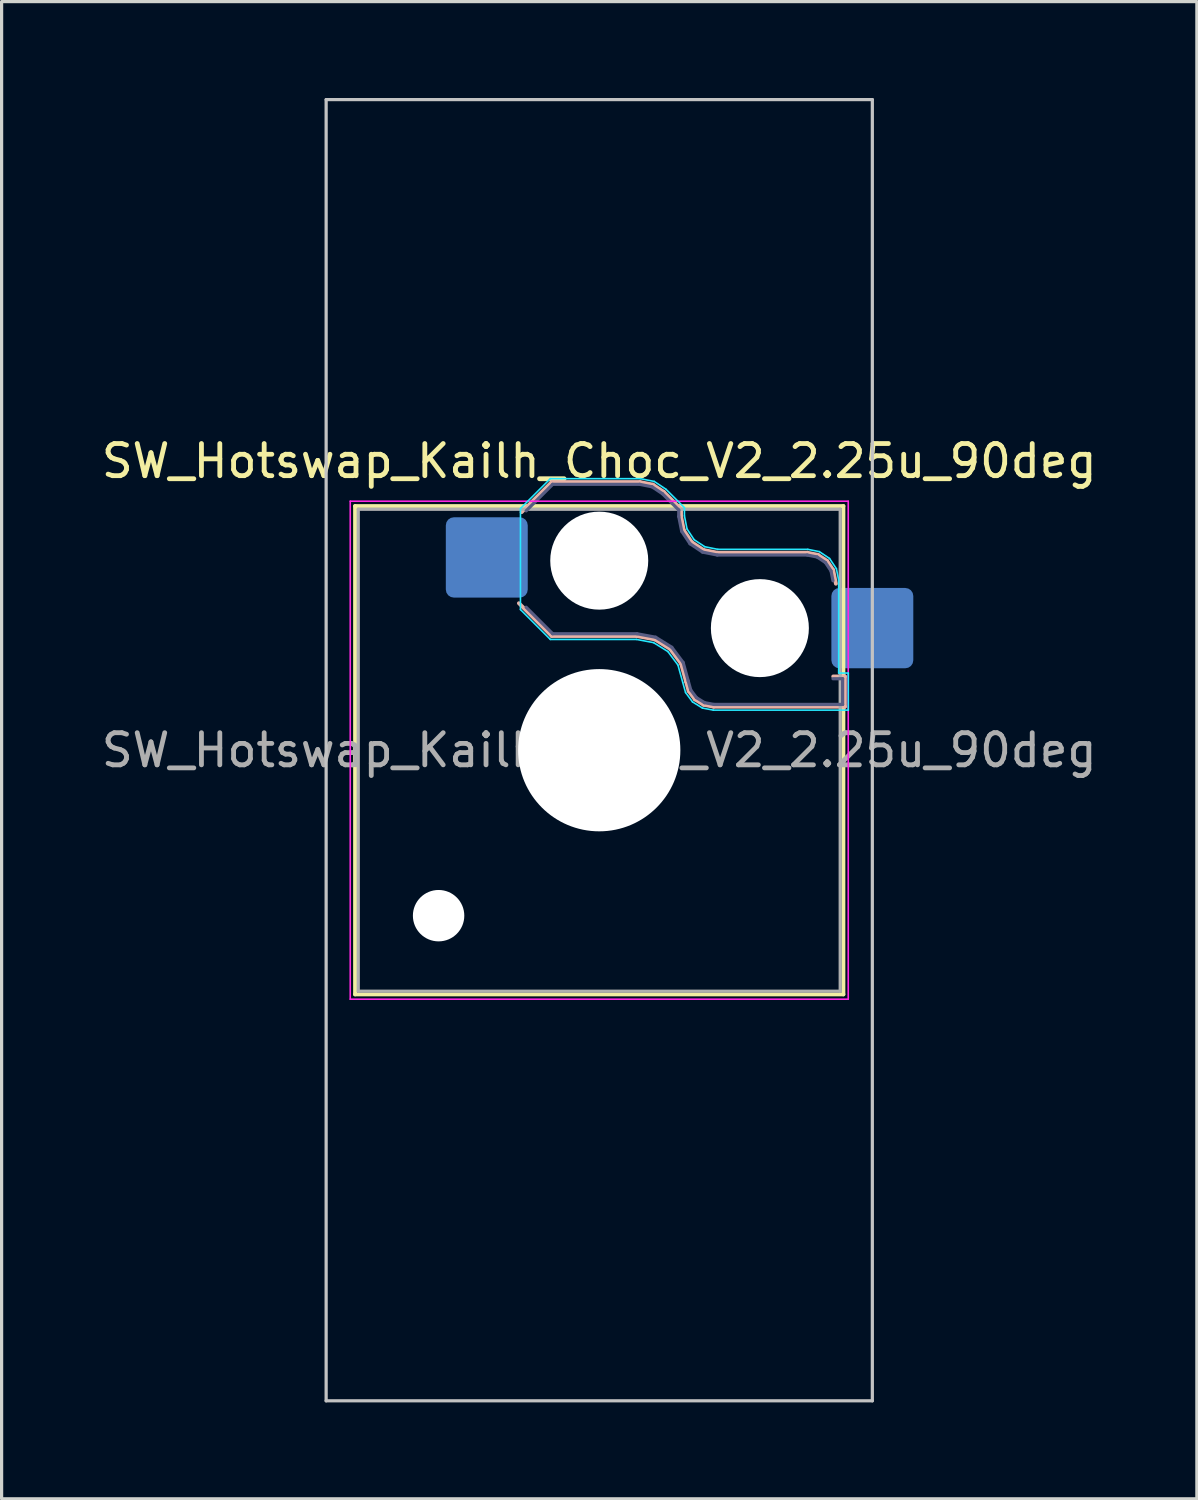
<source format=kicad_pcb>
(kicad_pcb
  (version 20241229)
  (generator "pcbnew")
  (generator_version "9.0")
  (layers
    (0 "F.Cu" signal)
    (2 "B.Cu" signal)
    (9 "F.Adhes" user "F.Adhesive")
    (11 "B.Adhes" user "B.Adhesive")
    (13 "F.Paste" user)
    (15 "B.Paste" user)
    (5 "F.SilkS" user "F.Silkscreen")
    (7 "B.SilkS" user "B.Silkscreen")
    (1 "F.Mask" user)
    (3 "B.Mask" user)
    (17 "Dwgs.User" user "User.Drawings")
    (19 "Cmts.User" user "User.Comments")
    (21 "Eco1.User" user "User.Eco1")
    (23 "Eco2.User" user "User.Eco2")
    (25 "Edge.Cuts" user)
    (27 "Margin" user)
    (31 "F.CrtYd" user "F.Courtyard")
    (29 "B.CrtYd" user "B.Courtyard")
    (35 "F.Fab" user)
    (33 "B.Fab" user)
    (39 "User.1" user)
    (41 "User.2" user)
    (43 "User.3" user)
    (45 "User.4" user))
  (footprint "SW_Hotswap_Kailh_Choc_V2_2.25u_90deg"
    (layer "F.Cu")
    (at 15.601 20.3)
    (property "Reference" "SW_Hotswap_Kailh_Choc_V2_2.25u_90deg" (at 0 -9 0) (layer "F.SilkS") (effects (font (size 1 1) (thickness 0.15))))
    (attr smd)
    (fp_line (start -7.6 -7.6) (end -7.6 7.6) (stroke (width 0.12) (type solid)) (layer "F.SilkS"))
    (fp_line (start -7.6 7.6) (end 7.6 7.6) (stroke (width 0.12) (type solid)) (layer "F.SilkS"))
    (fp_line (start 7.6 -7.6) (end -7.6 -7.6) (stroke (width 0.12) (type solid)) (layer "F.SilkS"))
    (fp_line (start 7.6 7.6) (end 7.6 -7.6) (stroke (width 0.12) (type solid)) (layer "F.SilkS"))
    (fp_line (start -2.416 -7.409) (end -1.479 -8.346) (stroke (width 0.12) (type solid)) (layer "B.SilkS"))
    (fp_line (start -1.479 -8.346) (end 1.268 -8.346) (stroke (width 0.12) (type solid)) (layer "B.SilkS"))
    (fp_line (start -1.479 -3.554) (end -2.5 -4.575) (stroke (width 0.12) (type solid)) (layer "B.SilkS"))
    (fp_line (start 1.168 -3.554) (end -1.479 -3.554) (stroke (width 0.12) (type solid)) (layer "B.SilkS"))
    (fp_line (start 1.268 -8.346) (end 1.671 -8.266) (stroke (width 0.12) (type solid)) (layer "B.SilkS"))
    (fp_line (start 1.671 -8.266) (end 2.013 -8.037) (stroke (width 0.12) (type solid)) (layer "B.SilkS"))
    (fp_line (start 1.73 -3.449) (end 1.168 -3.554) (stroke (width 0.12) (type solid)) (layer "B.SilkS"))
    (fp_line (start 2.013 -8.037) (end 2.546 -7.504) (stroke (width 0.12) (type solid)) (layer "B.SilkS"))
    (fp_line (start 2.209 -3.15) (end 1.73 -3.449) (stroke (width 0.12) (type solid)) (layer "B.SilkS"))
    (fp_line (start 2.546 -7.504) (end 2.546 -7.282) (stroke (width 0.12) (type solid)) (layer "B.SilkS"))
    (fp_line (start 2.546 -7.282) (end 2.633 -6.844) (stroke (width 0.12) (type solid)) (layer "B.SilkS"))
    (fp_line (start 2.547 -2.697) (end 2.209 -3.15) (stroke (width 0.12) (type solid)) (layer "B.SilkS"))
    (fp_line (start 2.633 -6.844) (end 2.877 -6.477) (stroke (width 0.12) (type solid)) (layer "B.SilkS"))
    (fp_line (start 2.701 -2.139) (end 2.547 -2.697) (stroke (width 0.12) (type solid)) (layer "B.SilkS"))
    (fp_line (start 2.783 -1.841) (end 2.701 -2.139) (stroke (width 0.12) (type solid)) (layer "B.SilkS"))
    (fp_line (start 2.877 -6.477) (end 3.244 -6.233) (stroke (width 0.12) (type solid)) (layer "B.SilkS"))
    (fp_line (start 2.976 -1.583) (end 2.783 -1.841) (stroke (width 0.12) (type solid)) (layer "B.SilkS"))
    (fp_line (start 3.244 -6.233) (end 3.682 -6.146) (stroke (width 0.12) (type solid)) (layer "B.SilkS"))
    (fp_line (start 3.25 -1.413) (end 2.976 -1.583) (stroke (width 0.12) (type solid)) (layer "B.SilkS"))
    (fp_line (start 3.56 -1.354) (end 3.25 -1.413) (stroke (width 0.12) (type solid)) (layer "B.SilkS"))
    (fp_line (start 3.682 -6.146) (end 6.482 -6.146) (stroke (width 0.12) (type solid)) (layer "B.SilkS"))
    (fp_line (start 6.482 -6.146) (end 6.809 -6.081) (stroke (width 0.12) (type solid)) (layer "B.SilkS"))
    (fp_line (start 6.809 -6.081) (end 7.092 -5.892) (stroke (width 0.12) (type solid)) (layer "B.SilkS"))
    (fp_line (start 7.092 -5.892) (end 7.281 -5.609) (stroke (width 0.12) (type solid)) (layer "B.SilkS"))
    (fp_line (start 7.281 -5.609) (end 7.366 -5.182) (stroke (width 0.12) (type solid)) (layer "B.SilkS"))
    (fp_line (start 7.283 -2.296) (end 7.646 -2.296) (stroke (width 0.12) (type solid)) (layer "B.SilkS"))
    (fp_line (start 7.646 -2.296) (end 7.646 -1.354) (stroke (width 0.12) (type solid)) (layer "B.SilkS"))
    (fp_line (start 7.646 -1.354) (end 3.56 -1.354) (stroke (width 0.12) (type solid)) (layer "B.SilkS"))
    (fp_line (start -8.5 -20.25) (end 8.5 -20.25) (stroke (width 0.1) (type solid)) (layer "Dwgs.User"))
    (fp_line (start -8.5 20.25) (end -8.5 -20.25) (stroke (width 0.1) (type solid)) (layer "Dwgs.User"))
    (fp_line (start 8.5 -20.25) (end 8.5 20.25) (stroke (width 0.1) (type solid)) (layer "Dwgs.User"))
    (fp_line (start 8.5 20.25) (end -8.5 20.25) (stroke (width 0.1) (type solid)) (layer "Dwgs.User"))
    (fp_line (start -7.25 -7.25) (end -7.25 7.25) (stroke (width 0.1) (type solid)) (layer "Eco1.User"))
    (fp_line (start -7.25 7.25) (end 7.25 7.25) (stroke (width 0.1) (type solid)) (layer "Eco1.User"))
    (fp_line (start 7.25 -7.25) (end -7.25 -7.25) (stroke (width 0.1) (type solid)) (layer "Eco1.User"))
    (fp_line (start 7.25 7.25) (end 7.25 -7.25) (stroke (width 0.1) (type solid)) (layer "Eco1.User"))
    (fp_line (start -2.452 -7.523) (end -1.523 -8.452) (stroke (width 0.05) (type solid)) (layer "B.CrtYd"))
    (fp_line (start -2.452 -4.377) (end -2.452 -7.523) (stroke (width 0.05) (type solid)) (layer "B.CrtYd"))
    (fp_line (start -1.523 -8.452) (end 1.278 -8.452) (stroke (width 0.05) (type solid)) (layer "B.CrtYd"))
    (fp_line (start -1.523 -3.448) (end -2.452 -4.377) (stroke (width 0.05) (type solid)) (layer "B.CrtYd"))
    (fp_line (start 1.159 -3.448) (end -1.523 -3.448) (stroke (width 0.05) (type solid)) (layer "B.CrtYd"))
    (fp_line (start 1.278 -8.452) (end 1.712 -8.366) (stroke (width 0.05) (type solid)) (layer "B.CrtYd"))
    (fp_line (start 1.691 -3.348) (end 1.159 -3.448) (stroke (width 0.05) (type solid)) (layer "B.CrtYd"))
    (fp_line (start 1.712 -8.366) (end 2.081 -8.119) (stroke (width 0.05) (type solid)) (layer "B.CrtYd"))
    (fp_line (start 2.081 -8.119) (end 2.652 -7.548) (stroke (width 0.05) (type solid)) (layer "B.CrtYd"))
    (fp_line (start 2.136 -3.071) (end 1.691 -3.348) (stroke (width 0.05) (type solid)) (layer "B.CrtYd"))
    (fp_line (start 2.45 -2.65) (end 2.136 -3.071) (stroke (width 0.05) (type solid)) (layer "B.CrtYd"))
    (fp_line (start 2.599 -2.111) (end 2.45 -2.65) (stroke (width 0.05) (type solid)) (layer "B.CrtYd"))
    (fp_line (start 2.652 -7.548) (end 2.652 -7.292) (stroke (width 0.05) (type solid)) (layer "B.CrtYd"))
    (fp_line (start 2.652 -7.292) (end 2.733 -6.885) (stroke (width 0.05) (type solid)) (layer "B.CrtYd"))
    (fp_line (start 2.687 -1.794) (end 2.599 -2.111) (stroke (width 0.05) (type solid)) (layer "B.CrtYd"))
    (fp_line (start 2.733 -6.885) (end 2.953 -6.553) (stroke (width 0.05) (type solid)) (layer "B.CrtYd"))
    (fp_line (start 2.903 -1.503) (end 2.687 -1.794) (stroke (width 0.05) (type solid)) (layer "B.CrtYd"))
    (fp_line (start 2.953 -6.553) (end 3.285 -6.333) (stroke (width 0.05) (type solid)) (layer "B.CrtYd"))
    (fp_line (start 3.211 -1.312) (end 2.903 -1.503) (stroke (width 0.05) (type solid)) (layer "B.CrtYd"))
    (fp_line (start 3.285 -6.333) (end 3.692 -6.252) (stroke (width 0.05) (type solid)) (layer "B.CrtYd"))
    (fp_line (start 3.55 -1.248) (end 3.211 -1.312) (stroke (width 0.05) (type solid)) (layer "B.CrtYd"))
    (fp_line (start 3.692 -6.252) (end 6.492 -6.252) (stroke (width 0.05) (type solid)) (layer "B.CrtYd"))
    (fp_line (start 6.492 -6.252) (end 6.85 -6.181) (stroke (width 0.05) (type solid)) (layer "B.CrtYd"))
    (fp_line (start 6.85 -6.181) (end 7.168 -5.968) (stroke (width 0.05) (type solid)) (layer "B.CrtYd"))
    (fp_line (start 7.168 -5.968) (end 7.381 -5.65) (stroke (width 0.05) (type solid)) (layer "B.CrtYd"))
    (fp_line (start 7.381 -5.65) (end 7.452 -5.292) (stroke (width 0.05) (type solid)) (layer "B.CrtYd"))
    (fp_line (start 7.452 -5.292) (end 7.452 -2.402) (stroke (width 0.05) (type solid)) (layer "B.CrtYd"))
    (fp_line (start 7.452 -2.402) (end 7.752 -2.402) (stroke (width 0.05) (type solid)) (layer "B.CrtYd"))
    (fp_line (start 7.752 -2.402) (end 7.752 -1.248) (stroke (width 0.05) (type solid)) (layer "B.CrtYd"))
    (fp_line (start 7.752 -1.248) (end 3.55 -1.248) (stroke (width 0.05) (type solid)) (layer "B.CrtYd"))
    (fp_line (start -7.75 -7.75) (end -7.75 7.75) (stroke (width 0.05) (type solid)) (layer "F.CrtYd"))
    (fp_line (start -7.75 7.75) (end 7.75 7.75) (stroke (width 0.05) (type solid)) (layer "F.CrtYd"))
    (fp_line (start 7.75 -7.75) (end -7.75 -7.75) (stroke (width 0.05) (type solid)) (layer "F.CrtYd"))
    (fp_line (start 7.75 7.75) (end 7.75 -7.75) (stroke (width 0.05) (type solid)) (layer "F.CrtYd"))
    (fp_line (start -2.275 -7.45) (end -1.45 -8.275) (stroke (width 0.1) (type solid)) (layer "B.Fab"))
    (fp_line (start -1.45 -8.275) (end 1.261 -8.275) (stroke (width 0.1) (type solid)) (layer "B.Fab"))
    (fp_line (start -1.45 -3.625) (end -2.275 -4.45) (stroke (width 0.1) (type solid)) (layer "B.Fab"))
    (fp_line (start 1.175 -3.625) (end -1.45 -3.625) (stroke (width 0.1) (type solid)) (layer "B.Fab"))
    (fp_line (start 1.261 -8.275) (end 1.643 -8.199) (stroke (width 0.1) (type solid)) (layer "B.Fab"))
    (fp_line (start 1.643 -8.199) (end 1.968 -7.982) (stroke (width 0.1) (type solid)) (layer "B.Fab"))
    (fp_line (start 1.756 -3.516) (end 1.175 -3.625) (stroke (width 0.1) (type solid)) (layer "B.Fab"))
    (fp_line (start 1.968 -7.982) (end 2.475 -7.475) (stroke (width 0.1) (type solid)) (layer "B.Fab"))
    (fp_line (start 2.258 -3.203) (end 1.756 -3.516) (stroke (width 0.1) (type solid)) (layer "B.Fab"))
    (fp_line (start 2.475 -7.475) (end 2.475 -7.275) (stroke (width 0.1) (type solid)) (layer "B.Fab"))
    (fp_line (start 2.475 -7.275) (end 2.566 -6.816) (stroke (width 0.1) (type solid)) (layer "B.Fab"))
    (fp_line (start 2.566 -6.816) (end 2.826 -6.426) (stroke (width 0.1) (type solid)) (layer "B.Fab"))
    (fp_line (start 2.612 -2.729) (end 2.258 -3.203) (stroke (width 0.1) (type solid)) (layer "B.Fab"))
    (fp_line (start 2.769 -2.158) (end 2.612 -2.729) (stroke (width 0.1) (type solid)) (layer "B.Fab"))
    (fp_line (start 2.826 -6.426) (end 3.216 -6.166) (stroke (width 0.1) (type solid)) (layer "B.Fab"))
    (fp_line (start 2.848 -1.873) (end 2.769 -2.158) (stroke (width 0.1) (type solid)) (layer "B.Fab"))
    (fp_line (start 3.025 -1.636) (end 2.848 -1.873) (stroke (width 0.1) (type solid)) (layer "B.Fab"))
    (fp_line (start 3.216 -6.166) (end 3.675 -6.075) (stroke (width 0.1) (type solid)) (layer "B.Fab"))
    (fp_line (start 3.276 -1.48) (end 3.025 -1.636) (stroke (width 0.1) (type solid)) (layer "B.Fab"))
    (fp_line (start 3.567 -1.425) (end 3.276 -1.48) (stroke (width 0.1) (type solid)) (layer "B.Fab"))
    (fp_line (start 3.675 -6.075) (end 6.475 -6.075) (stroke (width 0.1) (type solid)) (layer "B.Fab"))
    (fp_line (start 6.475 -6.075) (end 6.781 -6.014) (stroke (width 0.1) (type solid)) (layer "B.Fab"))
    (fp_line (start 6.781 -6.014) (end 7.041 -5.841) (stroke (width 0.1) (type solid)) (layer "B.Fab"))
    (fp_line (start 7.041 -5.841) (end 7.214 -5.581) (stroke (width 0.1) (type solid)) (layer "B.Fab"))
    (fp_line (start 7.214 -5.581) (end 7.275 -5.275) (stroke (width 0.1) (type solid)) (layer "B.Fab"))
    (fp_line (start 7.275 -2.225) (end 7.575 -2.225) (stroke (width 0.1) (type solid)) (layer "B.Fab"))
    (fp_line (start 7.575 -2.225) (end 7.575 -1.425) (stroke (width 0.1) (type solid)) (layer "B.Fab"))
    (fp_line (start 7.575 -1.425) (end 3.567 -1.425) (stroke (width 0.1) (type solid)) (layer "B.Fab"))
    (fp_line (start -7.5 -7.5) (end -7.5 7.5) (stroke (width 0.1) (type solid)) (layer "F.Fab"))
    (fp_line (start -7.5 7.5) (end 7.5 7.5) (stroke (width 0.1) (type solid)) (layer "F.Fab"))
    (fp_line (start 7.5 -7.5) (end -7.5 -7.5) (stroke (width 0.1) (type solid)) (layer "F.Fab"))
    (fp_line (start 7.5 7.5) (end 7.5 -7.5) (stroke (width 0.1) (type solid)) (layer "F.Fab"))
    (fp_text user "${REFERENCE}" (at 0 0 0) (layer "F.Fab") (effects (font (size 1 1) (thickness 0.15))))
    (pad "" np_thru_hole circle (at -5 5.15) (size 1.6 1.6) (drill 1.6) (layers "*.Cu" "*.Mask"))
    (pad "" np_thru_hole circle (at 0 -5.9) (size 3.05 3.05) (drill 3.05) (layers "*.Cu" "*.Mask"))
    (pad "" np_thru_hole circle (at 0 0) (size 5.05 5.05) (drill 5.05) (layers "*.Cu" "*.Mask"))
    (pad "" np_thru_hole circle (at 5 -3.8) (size 3.05 3.05) (drill 3.05) (layers "*.Cu" "*.Mask"))
    (pad "1" smd roundrect (at -3.5 -6) (size 2.55 2.5) (layers "B.Cu" "B.Mask" "B.Paste") (roundrect_rratio 0.1))
    (pad "2" smd roundrect (at 8.5 -3.8) (size 2.55 2.5) (layers "B.Cu" "B.Mask" "B.Paste") (roundrect_rratio 0.1)))
  (gr_rect
    (start -3 -3)
    (end 34.202 43.6)
    (stroke (width 0.1) (type default))
    (fill no)
    (layer "Edge.Cuts")))
</source>
